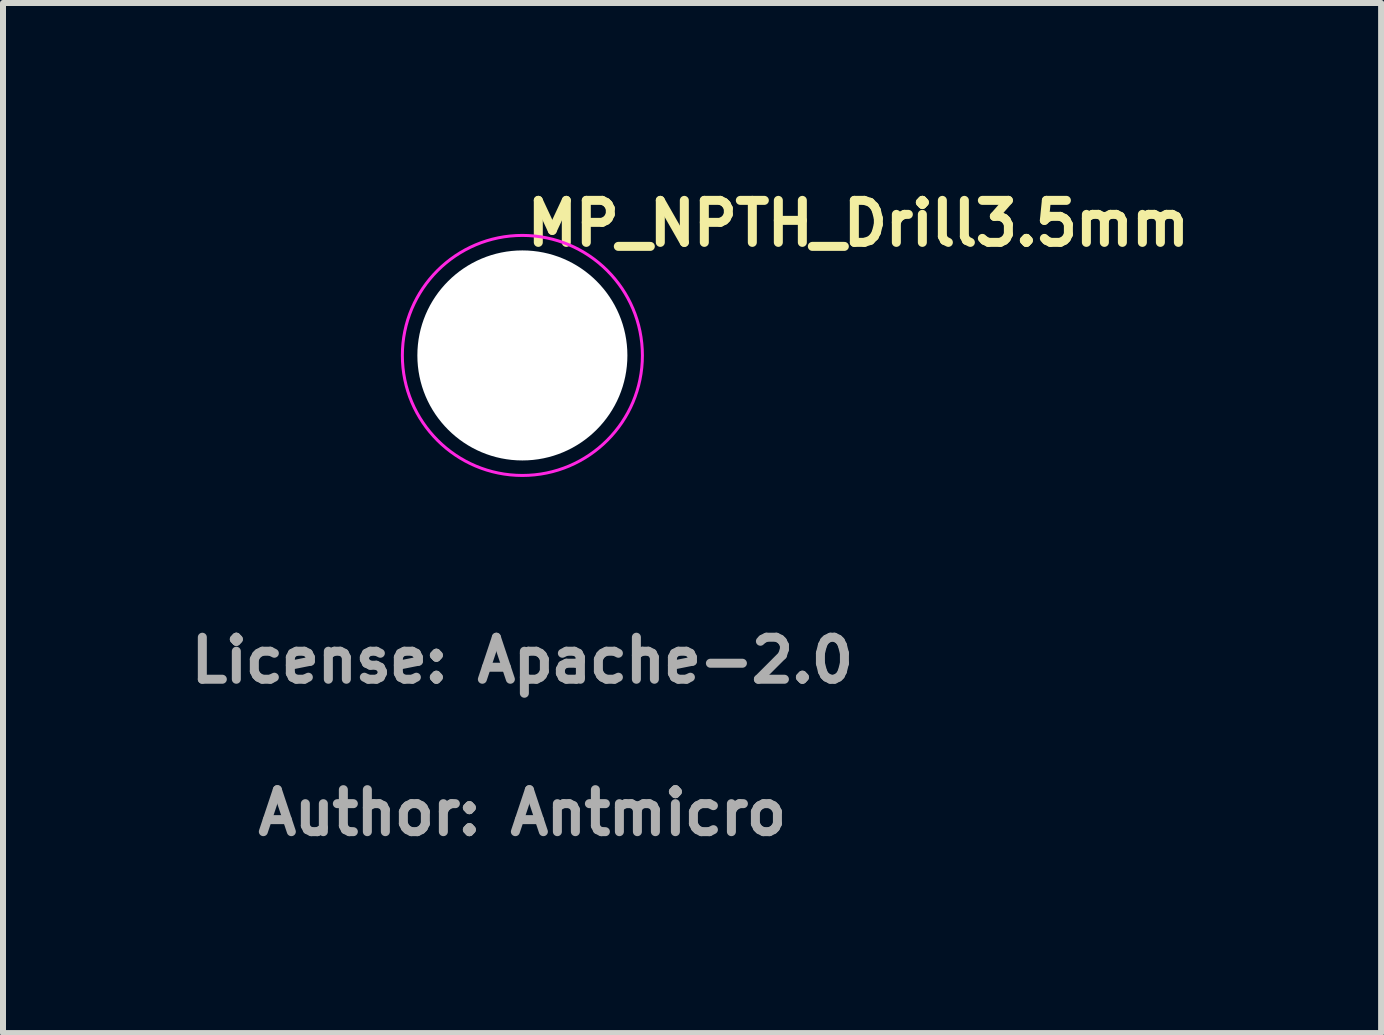
<source format=kicad_pcb>
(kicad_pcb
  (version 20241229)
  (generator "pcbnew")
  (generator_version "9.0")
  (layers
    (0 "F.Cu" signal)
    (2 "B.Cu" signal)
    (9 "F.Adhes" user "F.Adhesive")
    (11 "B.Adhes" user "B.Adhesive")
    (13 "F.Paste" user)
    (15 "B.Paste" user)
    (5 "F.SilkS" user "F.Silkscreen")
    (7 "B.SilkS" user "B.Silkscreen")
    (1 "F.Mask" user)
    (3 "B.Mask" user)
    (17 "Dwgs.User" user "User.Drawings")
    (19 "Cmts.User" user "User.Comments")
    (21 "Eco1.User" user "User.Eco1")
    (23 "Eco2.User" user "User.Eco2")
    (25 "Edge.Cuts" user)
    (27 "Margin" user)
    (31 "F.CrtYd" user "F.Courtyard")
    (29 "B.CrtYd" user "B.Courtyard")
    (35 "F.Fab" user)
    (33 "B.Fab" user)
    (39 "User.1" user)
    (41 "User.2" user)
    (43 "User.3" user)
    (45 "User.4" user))
  (footprint "MP_NPTH_Drill3.5mm"
    (layer "F.Cu")
    (at 5.655 2.873)
    (property "Reference" "MP_NPTH_Drill3.5mm" (at 0 -2.2 0) (layer "F.SilkS") (effects (font (size 0.7 0.7) (thickness 0.15)) (justify left)))
    (attr exclude_from_pos_files exclude_from_bom)
    (fp_circle (center 0 0) (end 2 0) (stroke (width 0.05) (type default)) (fill no) (layer "F.CrtYd"))
    (fp_text user "License: Apache-2.0" (at 0 5.08 0) (layer "F.Fab") (effects (font (size 0.7 0.7) (thickness 0.15))))
    (fp_text user "Author: Antmicro" (at 0 7.62 0) (layer "F.Fab") (effects (font (size 0.7 0.7) (thickness 0.15))))
    (pad "" np_thru_hole circle (at 0 0) (size 3.5 3.5) (drill 3.5) (layers "*.Cu" "*.Mask")))
  (gr_rect
    (start -3 -3)
    (end 19.965 14.165)
    (stroke (width 0.1) (type default))
    (fill no)
    (layer "Edge.Cuts")))
</source>
